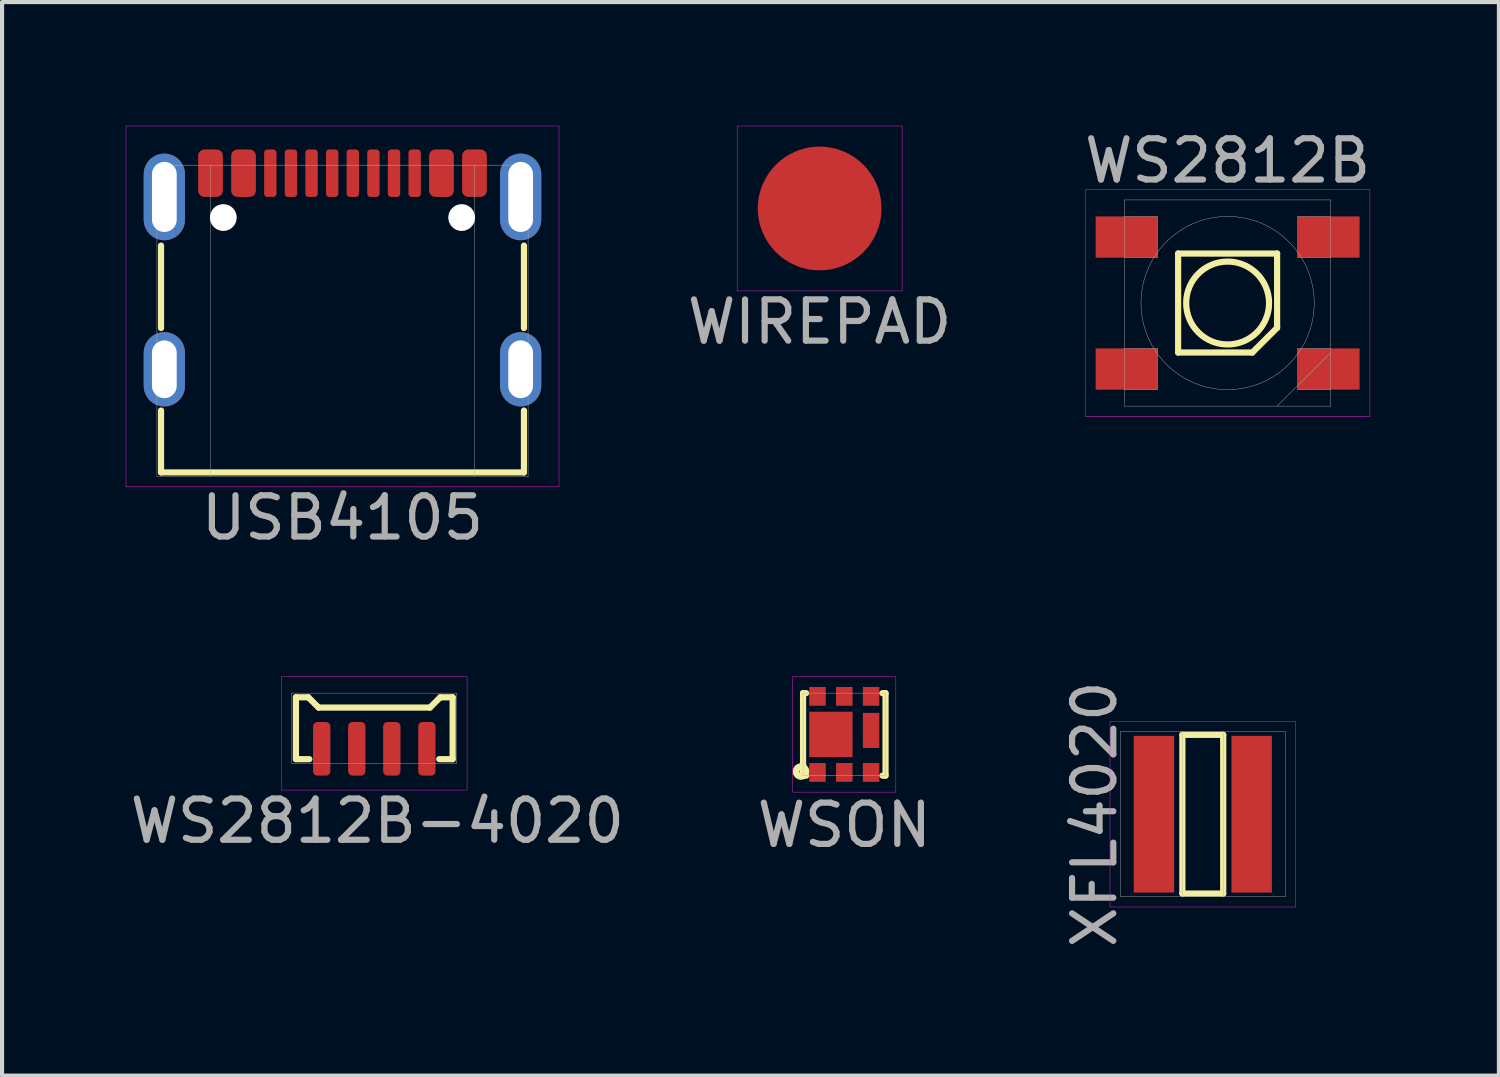
<source format=kicad_pcb>
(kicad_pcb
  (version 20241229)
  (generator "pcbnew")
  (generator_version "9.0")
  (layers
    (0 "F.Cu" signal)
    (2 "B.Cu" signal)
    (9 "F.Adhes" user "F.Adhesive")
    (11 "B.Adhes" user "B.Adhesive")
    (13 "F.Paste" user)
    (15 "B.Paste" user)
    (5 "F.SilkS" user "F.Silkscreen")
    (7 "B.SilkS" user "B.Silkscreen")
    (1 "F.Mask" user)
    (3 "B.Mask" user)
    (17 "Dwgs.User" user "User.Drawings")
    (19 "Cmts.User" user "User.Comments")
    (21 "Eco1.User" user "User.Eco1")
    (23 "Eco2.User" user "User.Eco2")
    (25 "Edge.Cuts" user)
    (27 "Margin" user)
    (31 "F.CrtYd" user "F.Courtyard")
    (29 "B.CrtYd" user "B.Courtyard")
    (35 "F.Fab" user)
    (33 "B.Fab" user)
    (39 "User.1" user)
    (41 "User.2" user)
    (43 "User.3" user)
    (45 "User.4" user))
  (footprint "XFL4020"
    (layer "F.Cu")
    (at 26.116 16.693)
    (property "Reference" "XFL4020" (at -2.625 0 90) (layer "F.Fab") (effects (font (size 1 1) (thickness 0.15))))
    (attr through_hole)
    (fp_line (start -0.495 -1.925) (end 0.495 -1.925) (stroke (width 0.15) (type solid)) (layer "F.SilkS"))
    (fp_line (start -0.495 1.925) (end -0.495 -1.925) (stroke (width 0.15) (type solid)) (layer "F.SilkS"))
    (fp_line (start 0.495 -1.925) (end 0.495 1.925) (stroke (width 0.15) (type solid)) (layer "F.SilkS"))
    (fp_line (start 0.495 1.925) (end -0.495 1.925) (stroke (width 0.15) (type solid)) (layer "F.SilkS"))
    (fp_line (start -2.25 -2.25) (end 2.25 -2.25) (stroke (width 0.01) (type solid)) (layer "F.CrtYd"))
    (fp_line (start -2.25 2.25) (end -2.25 -2.25) (stroke (width 0.01) (type solid)) (layer "F.CrtYd"))
    (fp_line (start 2.25 -2.25) (end 2.25 2.25) (stroke (width 0.01) (type solid)) (layer "F.CrtYd"))
    (fp_line (start 2.25 2.25) (end -2.25 2.25) (stroke (width 0.01) (type solid)) (layer "F.CrtYd"))
    (fp_line (start -2 -2) (end 2 -2) (stroke (width 0.01) (type solid)) (layer "F.Fab"))
    (fp_line (start -2 2) (end -2 -2) (stroke (width 0.01) (type solid)) (layer "F.Fab"))
    (fp_line (start -0.5 -2) (end -0.5 2) (stroke (width 0.01) (type solid)) (layer "F.Fab"))
    (fp_line (start 0.5 -2) (end 0.5 2) (stroke (width 0.01) (type solid)) (layer "F.Fab"))
    (fp_line (start 2 -2) (end 2 2) (stroke (width 0.01) (type solid)) (layer "F.Fab"))
    (fp_line (start 2 2) (end -2 2) (stroke (width 0.01) (type solid)) (layer "F.Fab"))
    (pad "1" smd rect (at -1.185 0) (size 0.98 3.8) (layers "F.Cu" "F.Mask" "F.Paste"))
    (pad "2" smd rect (at 1.185 0) (size 0.98 3.8) (layers "F.Cu" "F.Mask" "F.Paste")))
  (footprint "WIREPAD"
    (layer "F.Cu")
    (at 16.825 2.005)
    (property "Reference" "WIREPAD" (at 0 2.75 0) (layer "F.Fab") (effects (font (size 1 1) (thickness 0.15))))
    (attr exclude_from_pos_files exclude_from_bom)
    (fp_line (start -2 -2) (end 2 -2) (stroke (width 0.01) (type solid)) (layer "F.CrtYd"))
    (fp_line (start -2 2) (end -2 -2) (stroke (width 0.01) (type solid)) (layer "F.CrtYd"))
    (fp_line (start 2 -2) (end 2 2) (stroke (width 0.01) (type solid)) (layer "F.CrtYd"))
    (fp_line (start 2 2) (end -2 2) (stroke (width 0.01) (type solid)) (layer "F.CrtYd"))
    (pad "1" smd circle (at 0 0) (size 3 3) (layers "F.Cu" "F.Mask")))
  (footprint "WS2812B"
    (layer "F.Cu")
    (at 26.718 4.298)
    (property "Reference" "WS2812B" (at 0 -3.45 0) (layer "F.Fab") (effects (font (size 1 1) (thickness 0.15))))
    (attr through_hole)
    (fp_line (start -1.2 -1.2) (end 1.2 -1.2) (stroke (width 0.15) (type solid)) (layer "F.SilkS"))
    (fp_line (start -1.2 1.2) (end -1.2 -1.2) (stroke (width 0.15) (type solid)) (layer "F.SilkS"))
    (fp_line (start 0.6 1.2) (end -1.2 1.2) (stroke (width 0.15) (type solid)) (layer "F.SilkS"))
    (fp_line (start 0.6 1.2) (end 1.2 0.6) (stroke (width 0.15) (type solid)) (layer "F.SilkS"))
    (fp_line (start 1.2 -1.2) (end 1.2 0.6) (stroke (width 0.15) (type solid)) (layer "F.SilkS"))
    (fp_circle (center 0 0) (end 1 -0.1) (stroke (width 0.15) (type solid)) (fill no) (layer "F.SilkS"))
    (fp_line (start -3.45 -2.75) (end 3.45 -2.75) (stroke (width 0.01) (type solid)) (layer "F.CrtYd"))
    (fp_line (start -3.45 2.75) (end -3.45 -2.75) (stroke (width 0.01) (type solid)) (layer "F.CrtYd"))
    (fp_line (start 3.45 -2.75) (end 3.45 2.75) (stroke (width 0.01) (type solid)) (layer "F.CrtYd"))
    (fp_line (start 3.45 2.75) (end -3.45 2.75) (stroke (width 0.01) (type solid)) (layer "F.CrtYd"))
    (fp_line (start -2.5 -2.5) (end 2.5 -2.5) (stroke (width 0.01) (type solid)) (layer "F.Fab"))
    (fp_line (start -2.5 -1.1) (end -1.7 -1.1) (stroke (width 0.01) (type solid)) (layer "F.Fab"))
    (fp_line (start -2.5 2.1) (end -1.7 2.1) (stroke (width 0.01) (type solid)) (layer "F.Fab"))
    (fp_line (start -2.5 2.5) (end -2.5 -2.5) (stroke (width 0.01) (type solid)) (layer "F.Fab"))
    (fp_line (start -1.7 -2.1) (end -2.5 -2.1) (stroke (width 0.01) (type solid)) (layer "F.Fab"))
    (fp_line (start -1.7 -1.1) (end -1.7 -2.1) (stroke (width 0.01) (type solid)) (layer "F.Fab"))
    (fp_line (start -1.7 1.1) (end -2.5 1.1) (stroke (width 0.01) (type solid)) (layer "F.Fab"))
    (fp_line (start -1.7 2.1) (end -1.7 1.1) (stroke (width 0.01) (type solid)) (layer "F.Fab"))
    (fp_line (start 1.2 2.5) (end 2.5 1.2) (stroke (width 0.01) (type solid)) (layer "F.Fab"))
    (fp_line (start 1.7 -2.1) (end 1.7 -1.1) (stroke (width 0.01) (type solid)) (layer "F.Fab"))
    (fp_line (start 1.7 -1.1) (end 2.5 -1.1) (stroke (width 0.01) (type solid)) (layer "F.Fab"))
    (fp_line (start 1.7 1.1) (end 1.7 2.1) (stroke (width 0.01) (type solid)) (layer "F.Fab"))
    (fp_line (start 1.7 2.1) (end 2.5 2.1) (stroke (width 0.01) (type solid)) (layer "F.Fab"))
    (fp_line (start 2.5 -2.5) (end 2.5 2.5) (stroke (width 0.01) (type solid)) (layer "F.Fab"))
    (fp_line (start 2.5 -2.1) (end 1.7 -2.1) (stroke (width 0.01) (type solid)) (layer "F.Fab"))
    (fp_line (start 2.5 1.1) (end 1.7 1.1) (stroke (width 0.01) (type solid)) (layer "F.Fab"))
    (fp_line (start 2.5 2.5) (end -2.5 2.5) (stroke (width 0.01) (type solid)) (layer "F.Fab"))
    (fp_circle (center 0 0) (end 2.1 0) (stroke (width 0.01) (type solid)) (fill no) (layer "F.Fab"))
    (pad "1" smd rect (at -2.45 -1.6) (size 1.5 1) (layers "F.Cu" "F.Mask" "F.Paste"))
    (pad "2" smd rect (at -2.45 1.6) (size 1.5 1) (layers "F.Cu" "F.Mask" "F.Paste"))
    (pad "3" smd rect (at 2.45 1.6) (size 1.5 1) (layers "F.Cu" "F.Mask" "F.Paste"))
    (pad "4" smd rect (at 2.45 -1.6) (size 1.5 1) (layers "F.Cu" "F.Mask" "F.Paste")))
  (footprint "WS2812B-4020"
    (layer "F.Cu")
    (at 6.026 15.108)
    (property "Reference" "WS2812B-4020" (at 0.075 1.75 0) (layer "F.Fab") (effects (font (size 1 1) (thickness 0.15))))
    (attr through_hole)
    (fp_line (start -1.9 -1.25) (end -1.6 -1.25) (stroke (width 0.15) (type solid)) (layer "F.SilkS"))
    (fp_line (start -1.9 0.25) (end -1.9 -1.25) (stroke (width 0.15) (type solid)) (layer "F.SilkS"))
    (fp_line (start -1.9 0.25) (end -1.575 0.25) (stroke (width 0.15) (type solid)) (layer "F.SilkS"))
    (fp_line (start -1.6 -1.25) (end -1.35 -1) (stroke (width 0.15) (type solid)) (layer "F.SilkS"))
    (fp_line (start -1.35 -1) (end 1.35 -1) (stroke (width 0.15) (type solid)) (layer "F.SilkS"))
    (fp_line (start 1.6 -1.25) (end 1.35 -1) (stroke (width 0.15) (type solid)) (layer "F.SilkS"))
    (fp_line (start 1.9 -1.25) (end 1.6 -1.25) (stroke (width 0.15) (type solid)) (layer "F.SilkS"))
    (fp_line (start 1.9 -1.25) (end 1.9 0.25) (stroke (width 0.15) (type solid)) (layer "F.SilkS"))
    (fp_line (start 1.9 0.25) (end 1.575 0.25) (stroke (width 0.15) (type solid)) (layer "F.SilkS"))
    (fp_line (start -2.25 -1.75) (end -2.25 0.75) (stroke (width 0.01) (type solid)) (layer "F.CrtYd"))
    (fp_line (start -2.25 0.75) (end -2.25 1) (stroke (width 0.01) (type solid)) (layer "F.CrtYd"))
    (fp_line (start -2.25 1) (end 2.25 1) (stroke (width 0.01) (type solid)) (layer "F.CrtYd"))
    (fp_line (start 2.25 -1.75) (end -2.25 -1.75) (stroke (width 0.01) (type solid)) (layer "F.CrtYd"))
    (fp_line (start 2.25 1) (end 2.25 -1.75) (stroke (width 0.01) (type solid)) (layer "F.CrtYd"))
    (fp_line (start -2 -1.35) (end -2 0.35) (stroke (width 0.01) (type solid)) (layer "F.Fab"))
    (fp_line (start -2 0.35) (end 2 0.35) (stroke (width 0.01) (type solid)) (layer "F.Fab"))
    (fp_line (start 2 -1.35) (end -2 -1.35) (stroke (width 0.01) (type solid)) (layer "F.Fab"))
    (fp_line (start 2 0.35) (end 2 -1.35) (stroke (width 0.01) (type solid)) (layer "F.Fab"))
    (pad "1" smd roundrect (at 1.275 0) (size 0.42 1.3) (layers "F.Cu" "F.Mask" "F.Paste") (roundrect_rratio 0.25))
    (pad "2" smd roundrect (at 0.425 0) (size 0.42 1.3) (layers "F.Cu" "F.Mask" "F.Paste") (roundrect_rratio 0.25))
    (pad "3" smd roundrect (at -0.425 0) (size 0.42 1.3) (layers "F.Cu" "F.Mask" "F.Paste") (roundrect_rratio 0.25))
    (pad "4" smd roundrect (at -1.275 0) (size 0.42 1.3) (layers "F.Cu" "F.Mask" "F.Paste") (roundrect_rratio 0.25)))
  (footprint "USB4105"
    (layer "F.Cu")
    (at 5.255 8.505)
    (property "Reference" "USB4105" (at 0 1 0) (layer "F.Fab") (effects (font (size 1 1) (thickness 0.15))))
    (attr through_hole)
    (fp_line (start -4.4 -3.6) (end -4.4 -5.6) (stroke (width 0.15) (type solid)) (layer "F.SilkS"))
    (fp_line (start -4.4 -0.1) (end -4.4 -1.6) (stroke (width 0.15) (type solid)) (layer "F.SilkS"))
    (fp_line (start -4.4 -0.1) (end 4.4 -0.1) (stroke (width 0.15) (type solid)) (layer "F.SilkS"))
    (fp_line (start 4.4 -5.6) (end 4.4 -3.6) (stroke (width 0.15) (type solid)) (layer "F.SilkS"))
    (fp_line (start 4.4 -0.1) (end 4.4 -1.6) (stroke (width 0.15) (type solid)) (layer "F.SilkS"))
    (fp_line (start -5.25 -8.5) (end 5.25 -8.5) (stroke (width 0.01) (type solid)) (layer "F.CrtYd"))
    (fp_line (start -5.25 0.25) (end -5.25 -8.5) (stroke (width 0.01) (type solid)) (layer "F.CrtYd"))
    (fp_line (start 5.25 -8.5) (end 5.25 0.25) (stroke (width 0.01) (type solid)) (layer "F.CrtYd"))
    (fp_line (start 5.25 0.25) (end -5.25 0.25) (stroke (width 0.01) (type solid)) (layer "F.CrtYd"))
    (fp_line (start -4.5 -7.55) (end -4.5 0) (stroke (width 0.01) (type solid)) (layer "F.Fab"))
    (fp_line (start -4.5 0) (end 4.5 0) (stroke (width 0.01) (type solid)) (layer "F.Fab"))
    (fp_line (start -3.2 -7.55) (end -3.2 0) (stroke (width 0.01) (type solid)) (layer "F.Fab"))
    (fp_line (start 3.2 -7.55) (end 3.2 0) (stroke (width 0.01) (type solid)) (layer "F.Fab"))
    (fp_line (start 4.5 -7.55) (end -4.5 -7.55) (stroke (width 0.01) (type solid)) (layer "F.Fab"))
    (fp_line (start 4.5 0) (end 4.5 -7.55) (stroke (width 0.01) (type solid)) (layer "F.Fab"))
    (pad "" np_thru_hole circle (at -2.89 -6.28) (size 0.65 0.65) (drill 0.65) (layers "*.Cu" "*.Mask"))
    (pad "" np_thru_hole circle (at 2.89 -6.28) (size 0.65 0.65) (drill 0.65) (layers "*.Cu" "*.Mask"))
    (pad "A1B12" smd roundrect (at -3.2 -7.355) (size 0.6 1.15) (layers "F.Cu" "F.Mask" "F.Paste") (roundrect_rratio 0.25))
    (pad "A4B9" smd roundrect (at -2.4 -7.355) (size 0.6 1.15) (layers "F.Cu" "F.Mask" "F.Paste") (roundrect_rratio 0.25))
    (pad "A5" smd roundrect (at -1.25 -7.355) (size 0.3 1.15) (layers "F.Cu" "F.Mask" "F.Paste") (roundrect_rratio 0.25))
    (pad "A6" smd roundrect (at -0.25 -7.355) (size 0.3 1.15) (layers "F.Cu" "F.Mask" "F.Paste") (roundrect_rratio 0.25))
    (pad "A7" smd roundrect (at 0.25 -7.355) (size 0.3 1.15) (layers "F.Cu" "F.Mask" "F.Paste") (roundrect_rratio 0.25))
    (pad "A8" smd roundrect (at 1.25 -7.355) (size 0.3 1.15) (layers "F.Cu" "F.Mask" "F.Paste") (roundrect_rratio 0.25))
    (pad "B1A12" smd roundrect (at 3.2 -7.355) (size 0.6 1.15) (layers "F.Cu" "F.Mask" "F.Paste") (roundrect_rratio 0.25))
    (pad "B4A9" smd roundrect (at 2.4 -7.355) (size 0.6 1.15) (layers "F.Cu" "F.Mask" "F.Paste") (roundrect_rratio 0.25))
    (pad "B5" smd roundrect (at 1.75 -7.355) (size 0.3 1.15) (layers "F.Cu" "F.Mask" "F.Paste") (roundrect_rratio 0.25))
    (pad "B6" smd roundrect (at 0.75 -7.355) (size 0.3 1.15) (layers "F.Cu" "F.Mask" "F.Paste") (roundrect_rratio 0.25))
    (pad "B7" smd roundrect (at -0.75 -7.355) (size 0.3 1.15) (layers "F.Cu" "F.Mask" "F.Paste") (roundrect_rratio 0.25))
    (pad "B8" smd roundrect (at -1.75 -7.355) (size 0.3 1.15) (layers "F.Cu" "F.Mask" "F.Paste") (roundrect_rratio 0.25))
    (pad "S" thru_hole oval (at -4.32 -6.78) (size 1 2.1) (drill oval 0.6 1.7) (layers "*.Cu" "*.Mask"))
    (pad "S" thru_hole oval (at -4.32 -2.6) (size 1 1.8) (drill oval 0.6 1.4) (layers "*.Cu" "*.Mask"))
    (pad "S" thru_hole oval (at 4.32 -6.78) (size 1 2.1) (drill oval 0.6 1.7) (layers "*.Cu" "*.Mask"))
    (pad "S" thru_hole oval (at 4.32 -2.6) (size 1 1.8) (drill oval 0.6 1.4) (layers "*.Cu" "*.Mask")))
  (footprint "WSON"
    (layer "F.Cu")
    (at 17.423 14.758)
    (property "Reference" "WSON" (at 0 2.2 0) (layer "F.Fab") (effects (font (size 1 1) (thickness 0.15))))
    (attr through_hole)
    (fp_line (start -1 -1) (end -0.925 -1) (stroke (width 0.15) (type solid)) (layer "F.SilkS"))
    (fp_line (start -1 1) (end -1 -1) (stroke (width 0.15) (type solid)) (layer "F.SilkS"))
    (fp_line (start -0.925 1) (end -1 1) (stroke (width 0.15) (type solid)) (layer "F.SilkS"))
    (fp_line (start 0.925 -1) (end 1 -1) (stroke (width 0.15) (type solid)) (layer "F.SilkS"))
    (fp_line (start 1 -1) (end 1 1) (stroke (width 0.15) (type solid)) (layer "F.SilkS"))
    (fp_line (start 1 1) (end 0.925 1) (stroke (width 0.15) (type solid)) (layer "F.SilkS"))
    (fp_circle (center -1.05 0.9) (end -1 0.9) (stroke (width 0.15) (type solid)) (fill no) (layer "F.SilkS"))
    (fp_circle (center -1.05 0.9) (end -0.95 0.85) (stroke (width 0.15) (type solid)) (fill no) (layer "F.SilkS"))
    (fp_line (start -1.25 -1.4) (end -1.25 -1.25) (stroke (width 0.01) (type solid)) (layer "F.CrtYd"))
    (fp_line (start -1.25 -1.25) (end -1.25 1.25) (stroke (width 0.01) (type solid)) (layer "F.CrtYd"))
    (fp_line (start -1.25 1.25) (end -1.25 1.4) (stroke (width 0.01) (type solid)) (layer "F.CrtYd"))
    (fp_line (start -1.25 1.4) (end 1.25 1.4) (stroke (width 0.01) (type solid)) (layer "F.CrtYd"))
    (fp_line (start 1.25 -1.4) (end -1.25 -1.4) (stroke (width 0.01) (type solid)) (layer "F.CrtYd"))
    (fp_line (start 1.25 -1.25) (end 1.25 -1.4) (stroke (width 0.01) (type solid)) (layer "F.CrtYd"))
    (fp_line (start 1.25 1.4) (end 1.25 -1.25) (stroke (width 0.01) (type solid)) (layer "F.CrtYd"))
    (fp_line (start -1 -1) (end 1 -1) (stroke (width 0.01) (type solid)) (layer "F.Fab"))
    (fp_line (start -1 1) (end -1 -1) (stroke (width 0.01) (type solid)) (layer "F.Fab"))
    (fp_line (start 1 -1) (end 1 1) (stroke (width 0.01) (type solid)) (layer "F.Fab"))
    (fp_line (start 1 1) (end -1 1) (stroke (width 0.01) (type solid)) (layer "F.Fab"))
    (pad "D" smd rect (at 0.65 -0.922) (size 0.4 0.455) (layers "F.Cu" "F.Mask" "F.Paste"))
    (pad "D" smd rect (at 0.65 -0.096) (size 0.4 0.85) (layers "F.Cu" "F.Mask" "F.Paste"))
    (pad "G" smd rect (at 0.65 0.922) (size 0.4 0.455) (layers "F.Cu" "F.Mask" "F.Paste"))
    (pad "S" smd rect (at -0.65 -0.922) (size 0.4 0.455) (layers "F.Cu" "F.Mask" "F.Paste"))
    (pad "S" smd rect (at -0.65 0.922) (size 0.4 0.455) (layers "F.Cu" "F.Mask" "F.Paste"))
    (pad "S" smd rect (at -0.325 0) (size 1.05 1.1) (layers "F.Cu" "F.Mask" "F.Paste"))
    (pad "S" smd rect (at 0 -0.922) (size 0.4 0.455) (layers "F.Cu" "F.Mask" "F.Paste"))
    (pad "S" smd rect (at 0 0.922) (size 0.4 0.455) (layers "F.Cu" "F.Mask" "F.Paste")))
  (gr_rect
    (start -3 -3)
    (end 33.296 23.032)
    (stroke (width 0.1) (type default))
    (fill no)
    (layer "Edge.Cuts")))
</source>
